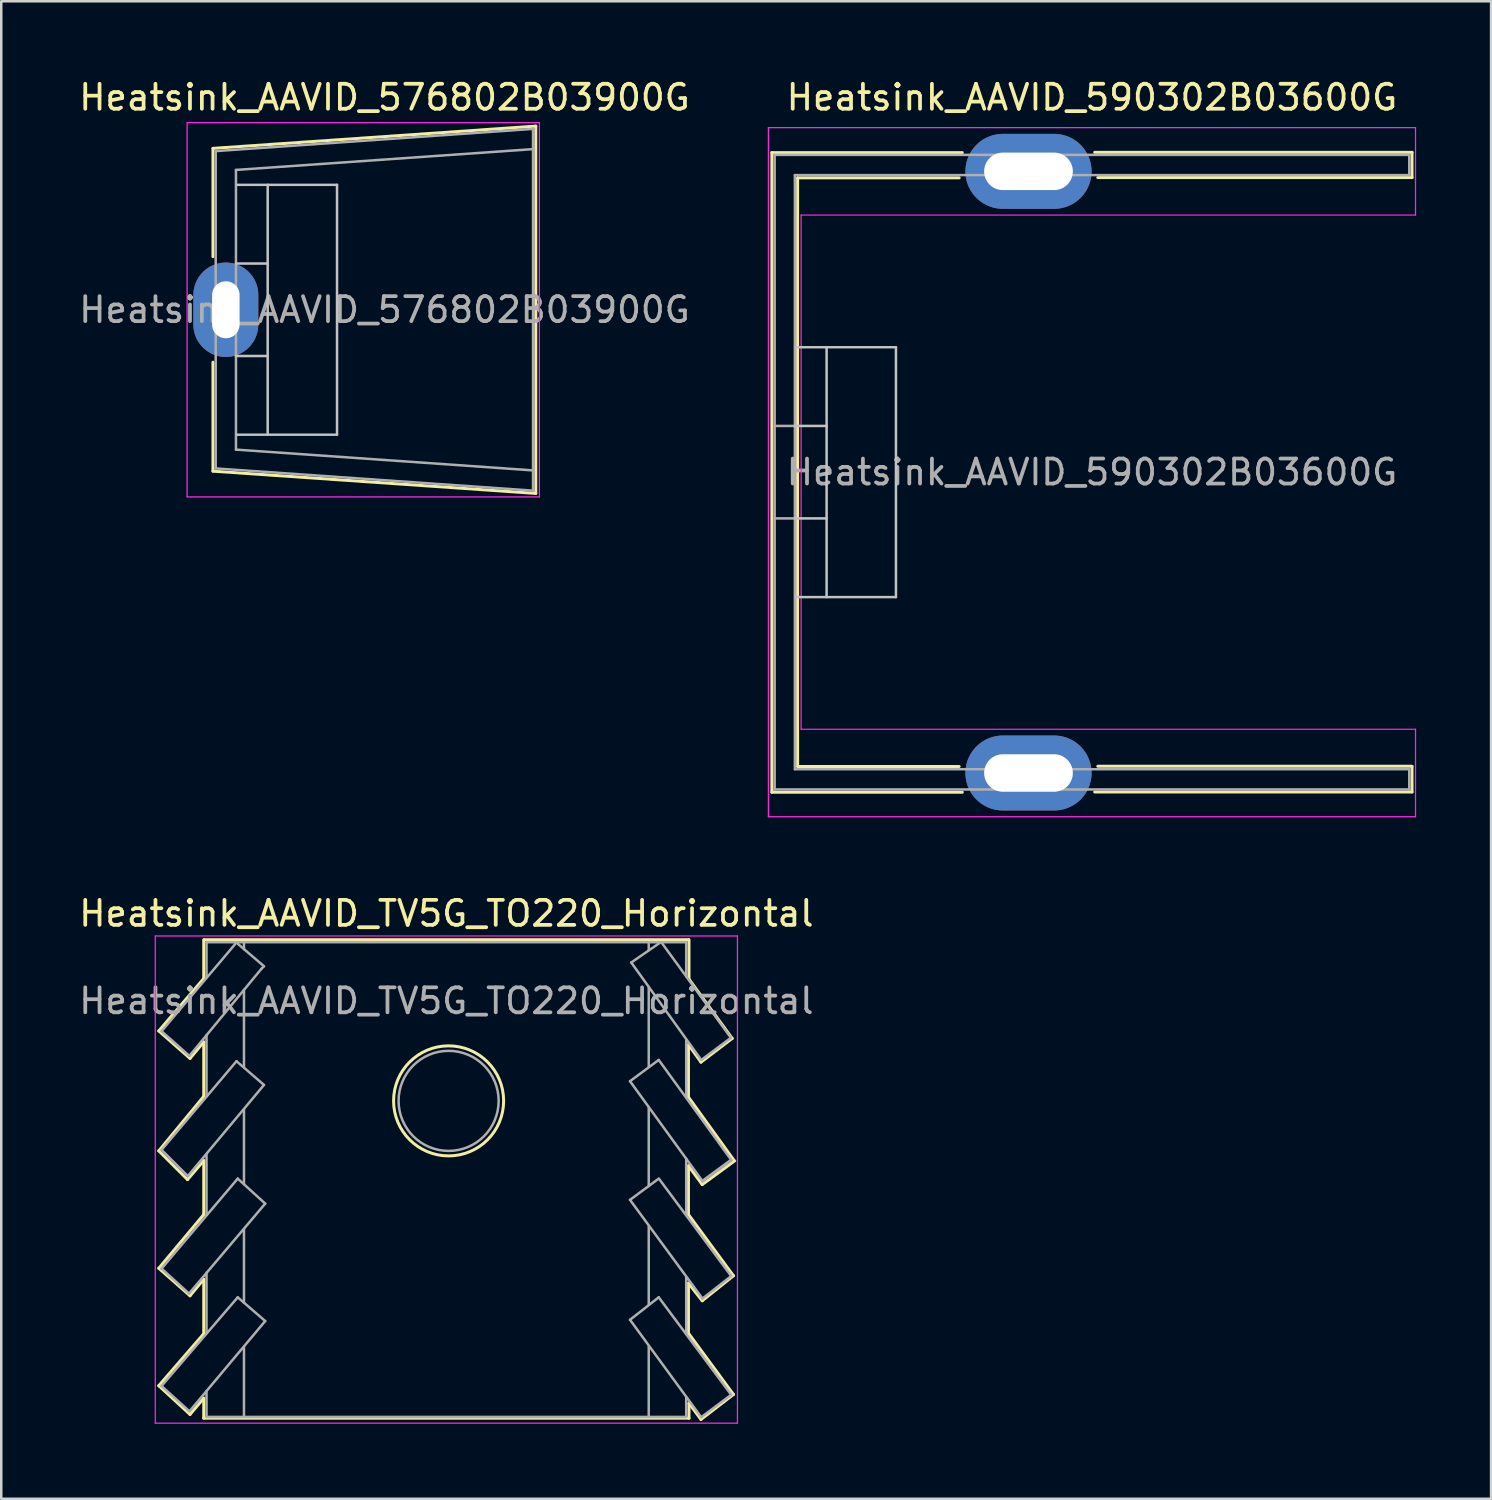
<source format=kicad_pcb>
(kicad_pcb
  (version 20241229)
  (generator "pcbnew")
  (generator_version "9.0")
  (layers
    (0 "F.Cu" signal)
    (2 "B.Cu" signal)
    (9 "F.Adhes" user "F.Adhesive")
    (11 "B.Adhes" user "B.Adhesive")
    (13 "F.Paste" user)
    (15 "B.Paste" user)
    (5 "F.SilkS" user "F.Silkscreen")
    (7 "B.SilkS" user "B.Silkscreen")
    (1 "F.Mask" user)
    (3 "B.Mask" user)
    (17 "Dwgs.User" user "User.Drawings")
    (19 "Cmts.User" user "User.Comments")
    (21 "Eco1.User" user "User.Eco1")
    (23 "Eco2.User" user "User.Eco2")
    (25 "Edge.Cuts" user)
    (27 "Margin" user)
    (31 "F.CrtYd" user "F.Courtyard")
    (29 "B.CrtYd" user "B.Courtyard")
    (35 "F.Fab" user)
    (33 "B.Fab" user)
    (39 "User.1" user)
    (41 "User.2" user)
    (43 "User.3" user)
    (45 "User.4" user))
  (footprint "Heatsink_AAVID_590302B03600G"
    (layer "F.Cu")
    (at 38.114 3.808)
    (property "Reference" "Heatsink_AAVID_590302B03600G" (at 2.54 -2.96 0) (layer "F.SilkS") (effects (font (size 1 1) (thickness 0.15))))
    (attr through_hole)
    (fp_line (start -10.27 -0.75) (end -10.27 24.85) (stroke (width 0.12) (type solid)) (layer "F.SilkS"))
    (fp_line (start -10.27 -0.75) (end -2.65 -0.75) (stroke (width 0.12) (type solid)) (layer "F.SilkS"))
    (fp_line (start -10.27 24.85) (end -2.65 24.85) (stroke (width 0.12) (type solid)) (layer "F.SilkS"))
    (fp_line (start -9.24 0.26) (end -9.24 23.82) (stroke (width 0.12) (type solid)) (layer "F.SilkS"))
    (fp_line (start -9.24 0.26) (end -2.775 0.26) (stroke (width 0.12) (type solid)) (layer "F.SilkS"))
    (fp_line (start -9.24 23.82) (end -2.775 23.82) (stroke (width 0.12) (type solid)) (layer "F.SilkS"))
    (fp_line (start 2.65 -0.76) (end 15.35 -0.76) (stroke (width 0.12) (type solid)) (layer "F.SilkS"))
    (fp_line (start 2.65 24.84) (end 15.35 24.84) (stroke (width 0.12) (type solid)) (layer "F.SilkS"))
    (fp_line (start 2.775 0.25) (end 15.35 0.25) (stroke (width 0.12) (type solid)) (layer "F.SilkS"))
    (fp_line (start 2.775 23.81) (end 15.35 23.81) (stroke (width 0.12) (type solid)) (layer "F.SilkS"))
    (fp_line (start 15.35 -0.76) (end 15.35 0.25) (stroke (width 0.12) (type solid)) (layer "F.SilkS"))
    (fp_line (start 15.35 24.84) (end 15.35 23.82) (stroke (width 0.12) (type solid)) (layer "F.SilkS"))
    (fp_line (start -9.35 10.19) (end -8.08 10.19) (stroke (width 0.1) (type solid)) (layer "Dwgs.User"))
    (fp_line (start -9.35 13.89) (end -8.08 13.89) (stroke (width 0.1) (type solid)) (layer "Dwgs.User"))
    (fp_line (start -9.305 7.04) (end -5.305 7.04) (stroke (width 0.1) (type solid)) (layer "Dwgs.User"))
    (fp_line (start -8.08 7.04) (end -8.08 17.04) (stroke (width 0.1) (type solid)) (layer "Dwgs.User"))
    (fp_line (start -5.305 7.04) (end -5.305 17.04) (stroke (width 0.1) (type solid)) (layer "Dwgs.User"))
    (fp_line (start -5.305 17.04) (end -9.305 17.04) (stroke (width 0.1) (type solid)) (layer "Dwgs.User"))
    (fp_line (start -10.41 -1.75) (end -10.41 25.83) (stroke (width 0.05) (type solid)) (layer "F.CrtYd"))
    (fp_line (start -10.41 25.83) (end 15.49 25.83) (stroke (width 0.05) (type solid)) (layer "F.CrtYd"))
    (fp_line (start -9.1 1.75) (end -9.1 22.33) (stroke (width 0.05) (type solid)) (layer "F.CrtYd"))
    (fp_line (start -9.1 1.75) (end 15.49 1.75) (stroke (width 0.05) (type solid)) (layer "F.CrtYd"))
    (fp_line (start -9.1 22.33) (end 15.49 22.33) (stroke (width 0.05) (type solid)) (layer "F.CrtYd"))
    (fp_line (start 15.49 -1.75) (end -10.41 -1.75) (stroke (width 0.05) (type solid)) (layer "F.CrtYd"))
    (fp_line (start 15.49 -1.75) (end 15.49 1.75) (stroke (width 0.05) (type solid)) (layer "F.CrtYd"))
    (fp_line (start 15.49 22.33) (end 15.49 25.83) (stroke (width 0.05) (type solid)) (layer "F.CrtYd"))
    (fp_line (start -10.16 -0.66) (end -10.16 24.74) (stroke (width 0.1) (type solid)) (layer "F.Fab"))
    (fp_line (start -10.16 -0.66) (end 15.24 -0.66) (stroke (width 0.1) (type solid)) (layer "F.Fab"))
    (fp_line (start -10.15 10.19) (end -9.35 10.19) (stroke (width 0.1) (type solid)) (layer "F.Fab"))
    (fp_line (start -10.15 13.89) (end -9.35 13.89) (stroke (width 0.1) (type solid)) (layer "F.Fab"))
    (fp_line (start -9.35 0.15) (end -9.35 23.93) (stroke (width 0.1) (type solid)) (layer "F.Fab"))
    (fp_line (start -9.35 0.15) (end 15.24 0.15) (stroke (width 0.1) (type solid)) (layer "F.Fab"))
    (fp_line (start 15.24 -0.66) (end 15.24 0.15) (stroke (width 0.1) (type solid)) (layer "F.Fab"))
    (fp_line (start 15.24 23.93) (end -9.35 23.93) (stroke (width 0.1) (type solid)) (layer "F.Fab"))
    (fp_line (start 15.24 23.93) (end 15.24 24.74) (stroke (width 0.1) (type solid)) (layer "F.Fab"))
    (fp_line (start 15.24 24.74) (end -10.155 24.74) (stroke (width 0.1) (type solid)) (layer "F.Fab"))
    (fp_text user "${REFERENCE}" (at 2.54 12.04 0) (layer "F.Fab") (effects (font (size 1 1) (thickness 0.15))))
    (pad "1" thru_hole oval (at 0 0) (size 5.05 3) (drill oval 3.55 1.5) (layers "*.Cu" "*.Mask"))
    (pad "2" thru_hole oval (at 0 24.08) (size 5.05 3) (drill oval 3.55 1.5) (layers "*.Cu" "*.Mask")))
  (footprint "Heatsink_AAVID_TV5G_TO220_Horizontal"
    (layer "F.Cu")
    (at 14.815 41.011)
    (property "Reference" "Heatsink_AAVID_TV5G_TO220_Horizontal" (at 0 -7.5 0) (layer "F.SilkS") (effects (font (size 1 1) (thickness 0.15))))
    (attr through_hole)
    (fp_line (start -11.51 -2.8) (end -9.7 -4.91) (stroke (width 0.12) (type solid)) (layer "F.SilkS"))
    (fp_line (start -11.51 2) (end -9.71 -0.18) (stroke (width 0.12) (type solid)) (layer "F.SilkS"))
    (fp_line (start -11.51 6.7) (end -9.71 4.55) (stroke (width 0.12) (type solid)) (layer "F.SilkS"))
    (fp_line (start -11.51 11.4) (end -9.71 9.32) (stroke (width 0.12) (type solid)) (layer "F.SilkS"))
    (fp_line (start -10.36 3.15) (end -11.51 2) (stroke (width 0.12) (type solid)) (layer "F.SilkS"))
    (fp_line (start -10.26 -1.7) (end -11.51 -2.8) (stroke (width 0.12) (type solid)) (layer "F.SilkS"))
    (fp_line (start -10.26 7.8) (end -11.51 6.7) (stroke (width 0.12) (type solid)) (layer "F.SilkS"))
    (fp_line (start -10.26 12.55) (end -11.51 11.4) (stroke (width 0.12) (type solid)) (layer "F.SilkS"))
    (fp_line (start -9.71 -4.94) (end -9.71 -6.45) (stroke (width 0.12) (type solid)) (layer "F.SilkS"))
    (fp_line (start -9.71 -2.36) (end -10.26 -1.7) (stroke (width 0.12) (type solid)) (layer "F.SilkS"))
    (fp_line (start -9.71 -0.19) (end -9.71 -2.35) (stroke (width 0.12) (type solid)) (layer "F.SilkS"))
    (fp_line (start -9.71 2.39) (end -10.36 3.15) (stroke (width 0.12) (type solid)) (layer "F.SilkS"))
    (fp_line (start -9.71 4.54) (end -9.71 2.39) (stroke (width 0.12) (type solid)) (layer "F.SilkS"))
    (fp_line (start -9.71 7.14) (end -10.26 7.8) (stroke (width 0.12) (type solid)) (layer "F.SilkS"))
    (fp_line (start -9.71 9.32) (end -9.71 7.15) (stroke (width 0.12) (type solid)) (layer "F.SilkS"))
    (fp_line (start -9.71 11.9) (end -10.26 12.55) (stroke (width 0.12) (type solid)) (layer "F.SilkS"))
    (fp_line (start -9.71 12.7) (end -9.71 11.9) (stroke (width 0.12) (type solid)) (layer "F.SilkS"))
    (fp_line (start -9.69 -6.45) (end 9.69 -6.45) (stroke (width 0.12) (type solid)) (layer "F.SilkS"))
    (fp_line (start 9.69 -4.9) (end 11.44 -2.5) (stroke (width 0.12) (type solid)) (layer "F.SilkS"))
    (fp_line (start 9.69 -2.25) (end 9.69 -0.15) (stroke (width 0.12) (type solid)) (layer "F.SilkS"))
    (fp_line (start 9.69 -0.15) (end 11.49 2.35) (stroke (width 0.12) (type solid)) (layer "F.SilkS"))
    (fp_line (start 9.69 2.6) (end 9.69 4.55) (stroke (width 0.12) (type solid)) (layer "F.SilkS"))
    (fp_line (start 9.69 4.55) (end 11.49 7) (stroke (width 0.12) (type solid)) (layer "F.SilkS"))
    (fp_line (start 9.69 7.3) (end 9.69 9.3) (stroke (width 0.12) (type solid)) (layer "F.SilkS"))
    (fp_line (start 9.69 9.3) (end 11.49 11.75) (stroke (width 0.12) (type solid)) (layer "F.SilkS"))
    (fp_line (start 9.71 -6.45) (end 9.71 -4.9) (stroke (width 0.12) (type solid)) (layer "F.SilkS"))
    (fp_line (start 9.71 12.1) (end 9.71 12.7) (stroke (width 0.12) (type solid)) (layer "F.SilkS"))
    (fp_line (start 9.71 12.7) (end -9.71 12.7) (stroke (width 0.12) (type solid)) (layer "F.SilkS"))
    (fp_line (start 10.19 -1.55) (end 9.69 -2.25) (stroke (width 0.12) (type solid)) (layer "F.SilkS"))
    (fp_line (start 10.19 12.75) (end 9.71 12.1) (stroke (width 0.12) (type solid)) (layer "F.SilkS"))
    (fp_line (start 10.24 3.35) (end 9.69 2.6) (stroke (width 0.12) (type solid)) (layer "F.SilkS"))
    (fp_line (start 10.24 8) (end 9.69 7.3) (stroke (width 0.12) (type solid)) (layer "F.SilkS"))
    (fp_line (start 11.44 -2.5) (end 10.19 -1.55) (stroke (width 0.12) (type solid)) (layer "F.SilkS"))
    (fp_line (start 11.49 7) (end 10.24 8) (stroke (width 0.12) (type solid)) (layer "F.SilkS"))
    (fp_line (start 11.49 11.75) (end 10.19 12.75) (stroke (width 0.12) (type solid)) (layer "F.SilkS"))
    (fp_line (start 11.54 2.4) (end 10.24 3.35) (stroke (width 0.12) (type solid)) (layer "F.SilkS"))
    (fp_circle (center 0.09 0) (end 2.29 -0.1) (stroke (width 0.12) (type solid)) (fill no) (layer "F.SilkS"))
    (fp_line (start -11.65 -6.6) (end -11.65 12.9) (stroke (width 0.05) (type solid)) (layer "F.CrtYd"))
    (fp_line (start -11.65 12.9) (end 11.65 12.9) (stroke (width 0.05) (type solid)) (layer "F.CrtYd"))
    (fp_line (start 11.65 -6.6) (end -11.65 -6.6) (stroke (width 0.05) (type solid)) (layer "F.CrtYd"))
    (fp_line (start 11.65 12.9) (end 11.65 -6.6) (stroke (width 0.05) (type solid)) (layer "F.CrtYd"))
    (fp_line (start -11.4 -2.788) (end -10.285 -1.8) (stroke (width 0.1) (type solid)) (layer "F.Fab"))
    (fp_line (start -11.4 1.962) (end -10.35 3.012) (stroke (width 0.1) (type solid)) (layer "F.Fab"))
    (fp_line (start -11.4 1.962) (end -8.4 -1.588) (stroke (width 0.1) (type solid)) (layer "F.Fab"))
    (fp_line (start -11.4 6.712) (end -8.35 3.112) (stroke (width 0.1) (type solid)) (layer "F.Fab"))
    (fp_line (start -11.4 11.412) (end -10.285 12.425) (stroke (width 0.1) (type solid)) (layer "F.Fab"))
    (fp_line (start -11.4 11.412) (end -8.35 7.862) (stroke (width 0.1) (type solid)) (layer "F.Fab"))
    (fp_line (start -10.35 3.012) (end -7.3 -0.638) (stroke (width 0.1) (type solid)) (layer "F.Fab"))
    (fp_line (start -10.3 7.712) (end -11.4 6.712) (stroke (width 0.1) (type solid)) (layer "F.Fab"))
    (fp_line (start -10.285 -1.8) (end -7.4 -5.288) (stroke (width 0.1) (type solid)) (layer "F.Fab"))
    (fp_line (start -9.6 -6.35) (end -9.6 -4.95) (stroke (width 0.1) (type solid)) (layer "F.Fab"))
    (fp_line (start -9.6 -2.63) (end -9.6 -0.18) (stroke (width 0.1) (type solid)) (layer "F.Fab"))
    (fp_line (start -9.6 2.13) (end -9.6 4.56) (stroke (width 0.1) (type solid)) (layer "F.Fab"))
    (fp_line (start -9.6 6.88) (end -9.6 9.3) (stroke (width 0.1) (type solid)) (layer "F.Fab"))
    (fp_line (start -9.6 11.61) (end -9.6 12.65) (stroke (width 0.1) (type solid)) (layer "F.Fab"))
    (fp_line (start -9.6 12.65) (end 9.6 12.65) (stroke (width 0.1) (type solid)) (layer "F.Fab"))
    (fp_line (start -8.4 -6.338) (end -11.4 -2.788) (stroke (width 0.1) (type solid)) (layer "F.Fab"))
    (fp_line (start -8.35 -6.288) (end -7.3 -5.388) (stroke (width 0.1) (type solid)) (layer "F.Fab"))
    (fp_line (start -8.35 3.112) (end -7.25 4.112) (stroke (width 0.1) (type solid)) (layer "F.Fab"))
    (fp_line (start -8.35 7.862) (end -7.25 8.812) (stroke (width 0.1) (type solid)) (layer "F.Fab"))
    (fp_line (start -8.1 -6.338) (end -8.1 -6.07) (stroke (width 0.1) (type solid)) (layer "F.Fab"))
    (fp_line (start -8.1 -4.44) (end -8.1 -1.35) (stroke (width 0.1) (type solid)) (layer "F.Fab"))
    (fp_line (start -8.1 0.34) (end -8.1 3.33) (stroke (width 0.1) (type solid)) (layer "F.Fab"))
    (fp_line (start -8.1 5.13) (end -8.1 8.08) (stroke (width 0.1) (type solid)) (layer "F.Fab"))
    (fp_line (start -8.1 9.86) (end -8.1 12.65) (stroke (width 0.1) (type solid)) (layer "F.Fab"))
    (fp_line (start -7.3 -5.388) (end -7.4 -5.288) (stroke (width 0.1) (type solid)) (layer "F.Fab"))
    (fp_line (start -7.3 -0.638) (end -8.4 -1.588) (stroke (width 0.1) (type solid)) (layer "F.Fab"))
    (fp_line (start -7.25 4.112) (end -10.3 7.712) (stroke (width 0.1) (type solid)) (layer "F.Fab"))
    (fp_line (start -7.25 8.812) (end -10.26 12.4) (stroke (width 0.1) (type solid)) (layer "F.Fab"))
    (fp_line (start 7.35 -0.788) (end 8.5 -1.638) (stroke (width 0.1) (type solid)) (layer "F.Fab"))
    (fp_line (start 7.35 3.962) (end 8.5 3.112) (stroke (width 0.1) (type solid)) (layer "F.Fab"))
    (fp_line (start 7.35 8.762) (end 10.2 12.662) (stroke (width 0.1) (type solid)) (layer "F.Fab"))
    (fp_line (start 7.4 -5.538) (end 10.2 -1.638) (stroke (width 0.1) (type solid)) (layer "F.Fab"))
    (fp_line (start 8.1 -6.35) (end 8.1 -6.03) (stroke (width 0.1) (type solid)) (layer "F.Fab"))
    (fp_line (start 8.1 -4.538) (end 8.1 -1.388) (stroke (width 0.1) (type solid)) (layer "F.Fab"))
    (fp_line (start 8.1 0.262) (end 8.1 3.412) (stroke (width 0.1) (type solid)) (layer "F.Fab"))
    (fp_line (start 8.1 5.012) (end 8.1 8.162) (stroke (width 0.1) (type solid)) (layer "F.Fab"))
    (fp_line (start 8.1 9.812) (end 8.1 12.612) (stroke (width 0.1) (type solid)) (layer "F.Fab"))
    (fp_line (start 8.5 -1.638) (end 11.4 2.362) (stroke (width 0.1) (type solid)) (layer "F.Fab"))
    (fp_line (start 8.5 7.862) (end 7.35 8.762) (stroke (width 0.1) (type solid)) (layer "F.Fab"))
    (fp_line (start 8.515 3.125) (end 11.4 7.012) (stroke (width 0.1) (type solid)) (layer "F.Fab"))
    (fp_line (start 8.55 -6.33) (end 7.4 -5.538) (stroke (width 0.1) (type solid)) (layer "F.Fab"))
    (fp_line (start 9.6 -6.35) (end -9.6 -6.35) (stroke (width 0.1) (type solid)) (layer "F.Fab"))
    (fp_line (start 9.6 -6.338) (end 9.6 -4.98) (stroke (width 0.1) (type solid)) (layer "F.Fab"))
    (fp_line (start 9.6 -2.438) (end 9.6 -0.138) (stroke (width 0.1) (type solid)) (layer "F.Fab"))
    (fp_line (start 9.6 2.312) (end 9.6 4.562) (stroke (width 0.1) (type solid)) (layer "F.Fab"))
    (fp_line (start 9.6 7.062) (end 9.6 9.312) (stroke (width 0.1) (type solid)) (layer "F.Fab"))
    (fp_line (start 9.6 11.862) (end 9.6 12.612) (stroke (width 0.1) (type solid)) (layer "F.Fab"))
    (fp_line (start 10.2 -1.638) (end 11.39 -2.525) (stroke (width 0.1) (type solid)) (layer "F.Fab"))
    (fp_line (start 10.2 12.662) (end 11.4 11.762) (stroke (width 0.1) (type solid)) (layer "F.Fab"))
    (fp_line (start 10.25 3.212) (end 7.35 -0.788) (stroke (width 0.1) (type solid)) (layer "F.Fab"))
    (fp_line (start 10.25 7.912) (end 7.35 3.962) (stroke (width 0.1) (type solid)) (layer "F.Fab"))
    (fp_line (start 11.39 -2.525) (end 8.61 -6.34) (stroke (width 0.1) (type solid)) (layer "F.Fab"))
    (fp_line (start 11.39 2.375) (end 10.25 3.212) (stroke (width 0.12) (type solid)) (layer "F.Fab"))
    (fp_line (start 11.4 7.012) (end 10.25 7.912) (stroke (width 0.1) (type solid)) (layer "F.Fab"))
    (fp_line (start 11.4 11.762) (end 8.5 7.862) (stroke (width 0.1) (type solid)) (layer "F.Fab"))
    (fp_circle (center 0.09 0) (end 2.09 0.1) (stroke (width 0.1) (type solid)) (fill no) (layer "F.Fab"))
    (fp_text user "${REFERENCE}" (at 0 -4 0) (layer "F.Fab") (effects (font (size 1 1) (thickness 0.15)))))
  (footprint "Heatsink_AAVID_576802B03900G"
    (layer "F.Cu")
    (at 5.989 9.348)
    (property "Reference" "Heatsink_AAVID_576802B03900G" (at 6.35 -8.5 0) (layer "F.SilkS") (effects (font (size 1 1) (thickness 0.15))))
    (attr through_hole)
    (fp_line (start -0.515 -6.46) (end -0.515 -2.125) (stroke (width 0.12) (type solid)) (layer "F.SilkS"))
    (fp_line (start -0.515 -6.46) (end 12.405 -7.35) (stroke (width 0.12) (type solid)) (layer "F.SilkS"))
    (fp_line (start -0.515 2.1) (end -0.515 6.46) (stroke (width 0.12) (type solid)) (layer "F.SilkS"))
    (fp_line (start -0.515 6.46) (end 12.405 7.35) (stroke (width 0.12) (type solid)) (layer "F.SilkS"))
    (fp_line (start 12.405 -7.35) (end 12.405 7.35) (stroke (width 0.12) (type solid)) (layer "F.SilkS"))
    (fp_line (start 0.405 -1.85) (end 1.675 -1.85) (stroke (width 0.1) (type solid)) (layer "Dwgs.User"))
    (fp_line (start 0.405 1.85) (end 1.675 1.85) (stroke (width 0.1) (type solid)) (layer "Dwgs.User"))
    (fp_line (start 0.45 -5) (end 4.45 -5) (stroke (width 0.1) (type solid)) (layer "Dwgs.User"))
    (fp_line (start 1.675 -5) (end 1.675 5) (stroke (width 0.1) (type solid)) (layer "Dwgs.User"))
    (fp_line (start 4.45 -5) (end 4.45 5) (stroke (width 0.1) (type solid)) (layer "Dwgs.User"))
    (fp_line (start 4.45 5) (end 0.45 5) (stroke (width 0.1) (type solid)) (layer "Dwgs.User"))
    (fp_line (start -1.55 -7.49) (end -1.55 7.49) (stroke (width 0.05) (type solid)) (layer "F.CrtYd"))
    (fp_line (start -1.55 7.49) (end 12.55 7.49) (stroke (width 0.05) (type solid)) (layer "F.CrtYd"))
    (fp_line (start 12.55 -7.49) (end -1.55 -7.49) (stroke (width 0.05) (type solid)) (layer "F.CrtYd"))
    (fp_line (start 12.55 -7.49) (end 12.55 7.49) (stroke (width 0.05) (type solid)) (layer "F.CrtYd"))
    (fp_line (start -0.405 -6.35) (end -0.405 6.35) (stroke (width 0.1) (type solid)) (layer "F.Fab"))
    (fp_line (start -0.405 -6.35) (end 12.295 -7.24) (stroke (width 0.1) (type solid)) (layer "F.Fab"))
    (fp_line (start 0.405 -5.597) (end 0.405 5.597) (stroke (width 0.1) (type solid)) (layer "F.Fab"))
    (fp_line (start 0.405 -5.597) (end 12.295 -6.43) (stroke (width 0.1) (type solid)) (layer "F.Fab"))
    (fp_line (start 12.295 -7.24) (end 12.295 7.24) (stroke (width 0.1) (type solid)) (layer "F.Fab"))
    (fp_line (start 12.295 7.24) (end -0.405 6.35) (stroke (width 0.1) (type solid)) (layer "F.Fab"))
    (fp_line (start 12.3 6.43) (end 0.405 5.597) (stroke (width 0.1) (type solid)) (layer "F.Fab"))
    (fp_text user "${REFERENCE}" (at 6.35 0 0) (layer "F.Fab") (effects (font (size 1 1) (thickness 0.15))))
    (pad "1" thru_hole oval (at 0 0) (size 2.6 3.78) (drill oval 1.1 2.28) (layers "*.Cu" "*.Mask")))
  (gr_rect
    (start -3 -3)
    (end 56.629 56.937)
    (stroke (width 0.1) (type default))
    (fill no)
    (layer "Edge.Cuts")))
</source>
